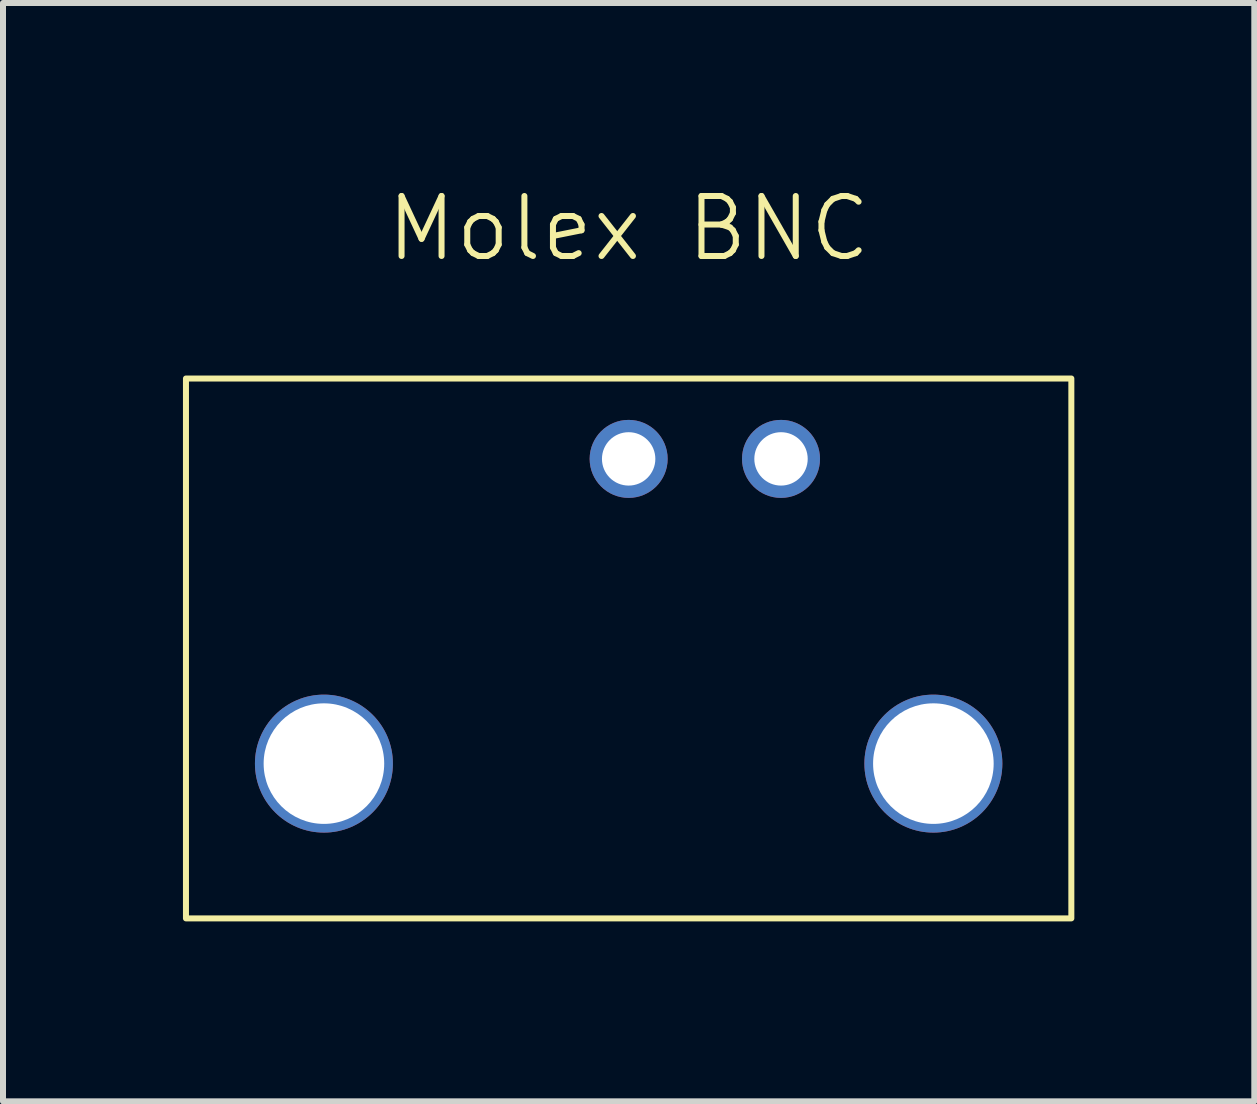
<source format=kicad_pcb>
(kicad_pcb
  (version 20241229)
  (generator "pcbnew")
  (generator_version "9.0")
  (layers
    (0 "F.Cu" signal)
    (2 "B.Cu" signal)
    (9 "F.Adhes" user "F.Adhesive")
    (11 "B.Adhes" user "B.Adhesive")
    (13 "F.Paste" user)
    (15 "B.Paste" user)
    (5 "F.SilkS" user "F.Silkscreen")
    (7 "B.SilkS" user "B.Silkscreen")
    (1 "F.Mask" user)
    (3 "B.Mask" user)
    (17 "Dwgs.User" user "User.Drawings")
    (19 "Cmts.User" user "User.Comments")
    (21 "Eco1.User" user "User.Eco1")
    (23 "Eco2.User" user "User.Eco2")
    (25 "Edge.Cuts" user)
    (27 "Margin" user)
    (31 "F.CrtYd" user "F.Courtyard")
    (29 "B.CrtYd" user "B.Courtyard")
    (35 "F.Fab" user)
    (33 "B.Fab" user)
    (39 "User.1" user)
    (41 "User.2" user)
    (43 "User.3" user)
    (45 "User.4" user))
  (footprint "Molex BNC"
    (layer "F.Cu")
    (at 7.43 1.26)
    (property "Reference" "Molex BNC" (at 0 -0.5 0) (unlocked yes) (layer "F.SilkS") (effects (font (size 1 1) (thickness 0.1))))
    (attr smd)
    (fp_rect (start -7.38 2) (end 7.38 11) (stroke (width 0.1) (type default)) (fill no) (layer "F.SilkS"))
    (pad "0" thru_hole circle (at -5.08 8.42) (size 2.3 2.3) (drill 2.01) (layers "*.Cu" "*.Mask"))
    (pad "0" thru_hole circle (at 5.08 8.42) (size 2.3 2.3) (drill 2.01) (layers "*.Cu" "*.Mask"))
    (pad "1" thru_hole circle (at 0 3.34) (size 1.3 1.3) (drill 0.89) (layers "*.Cu" "*.Mask"))
    (pad "2" thru_hole circle (at 2.54 3.34) (size 1.3 1.3) (drill 0.89) (layers "*.Cu" "*.Mask")))
  (gr_rect
    (start -3 -3)
    (end 17.86 15.31)
    (stroke (width 0.1) (type default))
    (fill no)
    (layer "Edge.Cuts")))
</source>
